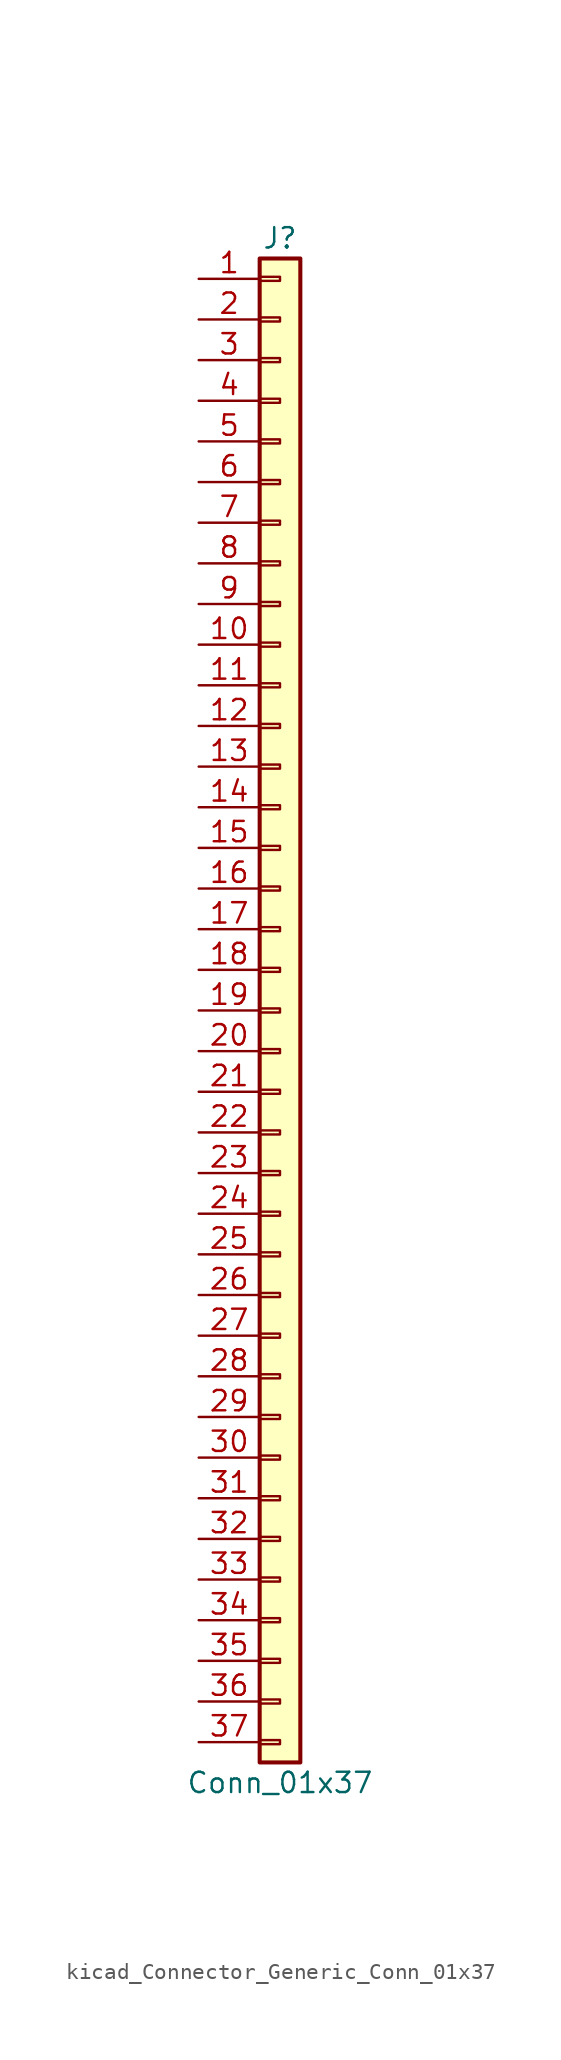
<source format=kicad_sym>
(kicad_symbol_lib
  (version 20220914)
  (generator kicad_symbol_editor)
  (symbol "kicad_Connector_Generic_Conn_01x37"
    (pin_names
      (offset 1.016) hide)
    (property "Reference" "J"
      (at 0 48.26 0)
      (effects (font (size 1.27 1.27))))
    (property "Value" "Conn_01x37"
      (at 0 -48.26 0)
      (effects (font (size 1.27 1.27))))
    (symbol "kicad_Connector_Generic_Conn_01x37_1_1"
      (rectangle (start -1.27 -45.593) (end 0 -45.847) (stroke (width 0.152) (type default)) (fill (type none)))
      (rectangle (start -1.27 -43.053) (end 0 -43.307) (stroke (width 0.152) (type default)) (fill (type none)))
      (rectangle (start -1.27 -40.513) (end 0 -40.767) (stroke (width 0.152) (type default)) (fill (type none)))
      (rectangle (start -1.27 -37.973) (end 0 -38.227) (stroke (width 0.152) (type default)) (fill (type none)))
      (rectangle (start -1.27 -35.433) (end 0 -35.687) (stroke (width 0.152) (type default)) (fill (type none)))
      (rectangle (start -1.27 -32.893) (end 0 -33.147) (stroke (width 0.152) (type default)) (fill (type none)))
      (rectangle (start -1.27 -30.353) (end 0 -30.607) (stroke (width 0.152) (type default)) (fill (type none)))
      (rectangle (start -1.27 -27.813) (end 0 -28.067) (stroke (width 0.152) (type default)) (fill (type none)))
      (rectangle (start -1.27 -25.273) (end 0 -25.527) (stroke (width 0.152) (type default)) (fill (type none)))
      (rectangle (start -1.27 -22.733) (end 0 -22.987) (stroke (width 0.152) (type default)) (fill (type none)))
      (rectangle (start -1.27 -20.193) (end 0 -20.447) (stroke (width 0.152) (type default)) (fill (type none)))
      (rectangle (start -1.27 -17.653) (end 0 -17.907) (stroke (width 0.152) (type default)) (fill (type none)))
      (rectangle (start -1.27 -15.113) (end 0 -15.367) (stroke (width 0.152) (type default)) (fill (type none)))
      (rectangle (start -1.27 -12.573) (end 0 -12.827) (stroke (width 0.152) (type default)) (fill (type none)))
      (rectangle (start -1.27 -10.033) (end 0 -10.287) (stroke (width 0.152) (type default)) (fill (type none)))
      (rectangle (start -1.27 -7.493) (end 0 -7.747) (stroke (width 0.152) (type default)) (fill (type none)))
      (rectangle (start -1.27 -4.953) (end 0 -5.207) (stroke (width 0.152) (type default)) (fill (type none)))
      (rectangle (start -1.27 -2.413) (end 0 -2.667) (stroke (width 0.152) (type default)) (fill (type none)))
      (rectangle (start -1.27 0.127) (end 0 -0.127) (stroke (width 0.152) (type default)) (fill (type none)))
      (rectangle (start -1.27 2.667) (end 0 2.413) (stroke (width 0.152) (type default)) (fill (type none)))
      (rectangle (start -1.27 5.207) (end 0 4.953) (stroke (width 0.152) (type default)) (fill (type none)))
      (rectangle (start -1.27 7.747) (end 0 7.493) (stroke (width 0.152) (type default)) (fill (type none)))
      (rectangle (start -1.27 10.287) (end 0 10.033) (stroke (width 0.152) (type default)) (fill (type none)))
      (rectangle (start -1.27 12.827) (end 0 12.573) (stroke (width 0.152) (type default)) (fill (type none)))
      (rectangle (start -1.27 15.367) (end 0 15.113) (stroke (width 0.152) (type default)) (fill (type none)))
      (rectangle (start -1.27 17.907) (end 0 17.653) (stroke (width 0.152) (type default)) (fill (type none)))
      (rectangle (start -1.27 20.447) (end 0 20.193) (stroke (width 0.152) (type default)) (fill (type none)))
      (rectangle (start -1.27 22.987) (end 0 22.733) (stroke (width 0.152) (type default)) (fill (type none)))
      (rectangle (start -1.27 25.527) (end 0 25.273) (stroke (width 0.152) (type default)) (fill (type none)))
      (rectangle (start -1.27 28.067) (end 0 27.813) (stroke (width 0.152) (type default)) (fill (type none)))
      (rectangle (start -1.27 30.607) (end 0 30.353) (stroke (width 0.152) (type default)) (fill (type none)))
      (rectangle (start -1.27 33.147) (end 0 32.893) (stroke (width 0.152) (type default)) (fill (type none)))
      (rectangle (start -1.27 35.687) (end 0 35.433) (stroke (width 0.152) (type default)) (fill (type none)))
      (rectangle (start -1.27 38.227) (end 0 37.973) (stroke (width 0.152) (type default)) (fill (type none)))
      (rectangle (start -1.27 40.767) (end 0 40.513) (stroke (width 0.152) (type default)) (fill (type none)))
      (rectangle (start -1.27 43.307) (end 0 43.053) (stroke (width 0.152) (type default)) (fill (type none)))
      (rectangle (start -1.27 45.847) (end 0 45.593) (stroke (width 0.152) (type default)) (fill (type none)))
      (rectangle (start -1.27 46.99) (end 1.27 -46.99) (stroke (width 0.254) (type default)) (fill (type background)))
      (pin passive line (at -5.08 45.72 0) (length 3.81) (name "Pin_1" (effects (font (size 1.27 1.27)))) (number "1" (effects (font (size 1.27 1.27)))))
      (pin passive line (at -5.08 22.86 0) (length 3.81) (name "Pin_10" (effects (font (size 1.27 1.27)))) (number "10" (effects (font (size 1.27 1.27)))))
      (pin passive line (at -5.08 20.32 0) (length 3.81) (name "Pin_11" (effects (font (size 1.27 1.27)))) (number "11" (effects (font (size 1.27 1.27)))))
      (pin passive line (at -5.08 17.78 0) (length 3.81) (name "Pin_12" (effects (font (size 1.27 1.27)))) (number "12" (effects (font (size 1.27 1.27)))))
      (pin passive line (at -5.08 15.24 0) (length 3.81) (name "Pin_13" (effects (font (size 1.27 1.27)))) (number "13" (effects (font (size 1.27 1.27)))))
      (pin passive line (at -5.08 12.7 0) (length 3.81) (name "Pin_14" (effects (font (size 1.27 1.27)))) (number "14" (effects (font (size 1.27 1.27)))))
      (pin passive line (at -5.08 10.16 0) (length 3.81) (name "Pin_15" (effects (font (size 1.27 1.27)))) (number "15" (effects (font (size 1.27 1.27)))))
      (pin passive line (at -5.08 7.62 0) (length 3.81) (name "Pin_16" (effects (font (size 1.27 1.27)))) (number "16" (effects (font (size 1.27 1.27)))))
      (pin passive line (at -5.08 5.08 0) (length 3.81) (name "Pin_17" (effects (font (size 1.27 1.27)))) (number "17" (effects (font (size 1.27 1.27)))))
      (pin passive line (at -5.08 2.54 0) (length 3.81) (name "Pin_18" (effects (font (size 1.27 1.27)))) (number "18" (effects (font (size 1.27 1.27)))))
      (pin passive line (at -5.08 0 0) (length 3.81) (name "Pin_19" (effects (font (size 1.27 1.27)))) (number "19" (effects (font (size 1.27 1.27)))))
      (pin passive line (at -5.08 43.18 0) (length 3.81) (name "Pin_2" (effects (font (size 1.27 1.27)))) (number "2" (effects (font (size 1.27 1.27)))))
      (pin passive line (at -5.08 -2.54 0) (length 3.81) (name "Pin_20" (effects (font (size 1.27 1.27)))) (number "20" (effects (font (size 1.27 1.27)))))
      (pin passive line (at -5.08 -5.08 0) (length 3.81) (name "Pin_21" (effects (font (size 1.27 1.27)))) (number "21" (effects (font (size 1.27 1.27)))))
      (pin passive line (at -5.08 -7.62 0) (length 3.81) (name "Pin_22" (effects (font (size 1.27 1.27)))) (number "22" (effects (font (size 1.27 1.27)))))
      (pin passive line (at -5.08 -10.16 0) (length 3.81) (name "Pin_23" (effects (font (size 1.27 1.27)))) (number "23" (effects (font (size 1.27 1.27)))))
      (pin passive line (at -5.08 -12.7 0) (length 3.81) (name "Pin_24" (effects (font (size 1.27 1.27)))) (number "24" (effects (font (size 1.27 1.27)))))
      (pin passive line (at -5.08 -15.24 0) (length 3.81) (name "Pin_25" (effects (font (size 1.27 1.27)))) (number "25" (effects (font (size 1.27 1.27)))))
      (pin passive line (at -5.08 -17.78 0) (length 3.81) (name "Pin_26" (effects (font (size 1.27 1.27)))) (number "26" (effects (font (size 1.27 1.27)))))
      (pin passive line (at -5.08 -20.32 0) (length 3.81) (name "Pin_27" (effects (font (size 1.27 1.27)))) (number "27" (effects (font (size 1.27 1.27)))))
      (pin passive line (at -5.08 -22.86 0) (length 3.81) (name "Pin_28" (effects (font (size 1.27 1.27)))) (number "28" (effects (font (size 1.27 1.27)))))
      (pin passive line (at -5.08 -25.4 0) (length 3.81) (name "Pin_29" (effects (font (size 1.27 1.27)))) (number "29" (effects (font (size 1.27 1.27)))))
      (pin passive line (at -5.08 40.64 0) (length 3.81) (name "Pin_3" (effects (font (size 1.27 1.27)))) (number "3" (effects (font (size 1.27 1.27)))))
      (pin passive line (at -5.08 -27.94 0) (length 3.81) (name "Pin_30" (effects (font (size 1.27 1.27)))) (number "30" (effects (font (size 1.27 1.27)))))
      (pin passive line (at -5.08 -30.48 0) (length 3.81) (name "Pin_31" (effects (font (size 1.27 1.27)))) (number "31" (effects (font (size 1.27 1.27)))))
      (pin passive line (at -5.08 -33.02 0) (length 3.81) (name "Pin_32" (effects (font (size 1.27 1.27)))) (number "32" (effects (font (size 1.27 1.27)))))
      (pin passive line (at -5.08 -35.56 0) (length 3.81) (name "Pin_33" (effects (font (size 1.27 1.27)))) (number "33" (effects (font (size 1.27 1.27)))))
      (pin passive line (at -5.08 -38.1 0) (length 3.81) (name "Pin_34" (effects (font (size 1.27 1.27)))) (number "34" (effects (font (size 1.27 1.27)))))
      (pin passive line (at -5.08 -40.64 0) (length 3.81) (name "Pin_35" (effects (font (size 1.27 1.27)))) (number "35" (effects (font (size 1.27 1.27)))))
      (pin passive line (at -5.08 -43.18 0) (length 3.81) (name "Pin_36" (effects (font (size 1.27 1.27)))) (number "36" (effects (font (size 1.27 1.27)))))
      (pin passive line (at -5.08 -45.72 0) (length 3.81) (name "Pin_37" (effects (font (size 1.27 1.27)))) (number "37" (effects (font (size 1.27 1.27)))))
      (pin passive line (at -5.08 38.1 0) (length 3.81) (name "Pin_4" (effects (font (size 1.27 1.27)))) (number "4" (effects (font (size 1.27 1.27)))))
      (pin passive line (at -5.08 35.56 0) (length 3.81) (name "Pin_5" (effects (font (size 1.27 1.27)))) (number "5" (effects (font (size 1.27 1.27)))))
      (pin passive line (at -5.08 33.02 0) (length 3.81) (name "Pin_6" (effects (font (size 1.27 1.27)))) (number "6" (effects (font (size 1.27 1.27)))))
      (pin passive line (at -5.08 30.48 0) (length 3.81) (name "Pin_7" (effects (font (size 1.27 1.27)))) (number "7" (effects (font (size 1.27 1.27)))))
      (pin passive line (at -5.08 27.94 0) (length 3.81) (name "Pin_8" (effects (font (size 1.27 1.27)))) (number "8" (effects (font (size 1.27 1.27)))))
      (pin passive line (at -5.08 25.4 0) (length 3.81) (name "Pin_9" (effects (font (size 1.27 1.27)))) (number "9" (effects (font (size 1.27 1.27))))))))
</source>
